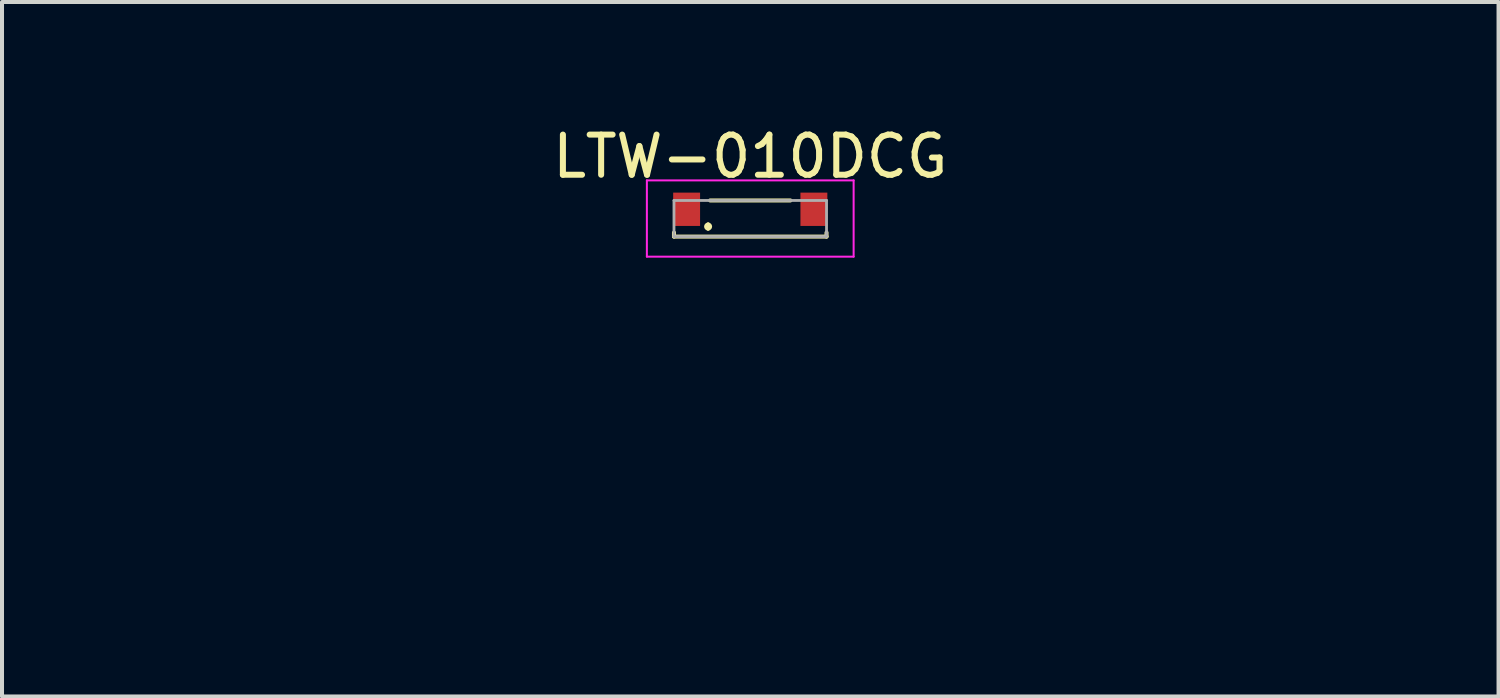
<source format=kicad_pcb>
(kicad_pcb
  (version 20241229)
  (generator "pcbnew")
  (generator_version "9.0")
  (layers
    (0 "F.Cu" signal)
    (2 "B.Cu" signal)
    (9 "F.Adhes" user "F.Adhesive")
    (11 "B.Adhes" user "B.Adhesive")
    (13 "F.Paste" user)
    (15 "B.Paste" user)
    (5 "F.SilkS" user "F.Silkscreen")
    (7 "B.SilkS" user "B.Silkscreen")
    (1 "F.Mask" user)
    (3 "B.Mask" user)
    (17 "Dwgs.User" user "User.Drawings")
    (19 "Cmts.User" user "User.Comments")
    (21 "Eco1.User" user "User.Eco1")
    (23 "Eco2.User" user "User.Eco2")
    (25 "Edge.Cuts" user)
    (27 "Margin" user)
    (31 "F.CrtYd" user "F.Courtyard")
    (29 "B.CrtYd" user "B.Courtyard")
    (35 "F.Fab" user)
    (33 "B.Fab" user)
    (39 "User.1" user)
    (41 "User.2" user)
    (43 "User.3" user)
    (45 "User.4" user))
  (footprint "LTW-010DCG"
    (layer "F.Cu")
    (at 15.638 2.248)
    (property "Reference" "LTW-010DCG" (at 0 -1.4 0) (unlocked yes) (layer "F.SilkS") (effects (font (size 1 1) (thickness 0.15))))
    (attr smd)
    (fp_line (start -1.9 0.495) (end -1.9 0.595) (stroke (width 0.1) (type solid)) (layer "F.SilkS"))
    (fp_line (start -1.9 0.595) (end 1.9 0.595) (stroke (width 0.1) (type solid)) (layer "F.SilkS"))
    (fp_line (start -1.05 0.295) (end -1.05 0.295) (stroke (width 0.1) (type solid)) (layer "F.SilkS"))
    (fp_line (start -1.05 0.395) (end -1.05 0.395) (stroke (width 0.1) (type solid)) (layer "F.SilkS"))
    (fp_line (start -1 -0.305) (end 1 -0.305) (stroke (width 0.1) (type solid)) (layer "F.SilkS"))
    (fp_line (start 1.9 0.595) (end 1.9 0.495) (stroke (width 0.1) (type solid)) (layer "F.SilkS"))
    (fp_arc (start -1.05 0.295) (mid -1 0.345) (end -1.05 0.395) (stroke (width 0.1) (type solid)) (layer "F.SilkS"))
    (fp_arc (start -1.05 0.395) (mid -1.1 0.345) (end -1.05 0.295) (stroke (width 0.1) (type solid)) (layer "F.SilkS"))
    (fp_line (start -2.575 -0.805) (end 2.575 -0.805) (stroke (width 0.05) (type solid)) (layer "F.CrtYd"))
    (fp_line (start -2.575 1.095) (end -2.575 -0.805) (stroke (width 0.05) (type solid)) (layer "F.CrtYd"))
    (fp_line (start 2.575 -0.805) (end 2.575 1.095) (stroke (width 0.05) (type solid)) (layer "F.CrtYd"))
    (fp_line (start 2.575 1.095) (end -2.575 1.095) (stroke (width 0.05) (type solid)) (layer "F.CrtYd"))
    (fp_line (start -1.9 -0.305) (end 1.9 -0.305) (stroke (width 0.07) (type solid)) (layer "F.Fab"))
    (fp_line (start -1.9 0.595) (end -1.9 -0.305) (stroke (width 0.07) (type solid)) (layer "F.Fab"))
    (fp_line (start 1.9 -0.305) (end 1.9 0.595) (stroke (width 0.07) (type solid)) (layer "F.Fab"))
    (fp_line (start 1.9 0.595) (end -1.9 0.595) (stroke (width 0.07) (type solid)) (layer "F.Fab"))
    (fp_line (start 0 0) (end -15.588 9) (stroke (width 0.1) (type default)) (layer "User.1"))
    (fp_line (start 0 0) (end 15.588 9) (stroke (width 0.1) (type default)) (layer "User.1"))
    (pad "1" smd rect (at -1.585 -0.085) (size 0.67 0.83) (layers "F.Cu" "F.Mask" "F.Paste"))
    (pad "2" smd rect (at 1.585 -0.085) (size 0.67 0.83) (layers "F.Cu" "F.Mask" "F.Paste")))
  (gr_rect
    (start -3 -3)
    (end 34.277 14.298)
    (stroke (width 0.1) (type default))
    (fill no)
    (layer "Edge.Cuts")))
</source>
